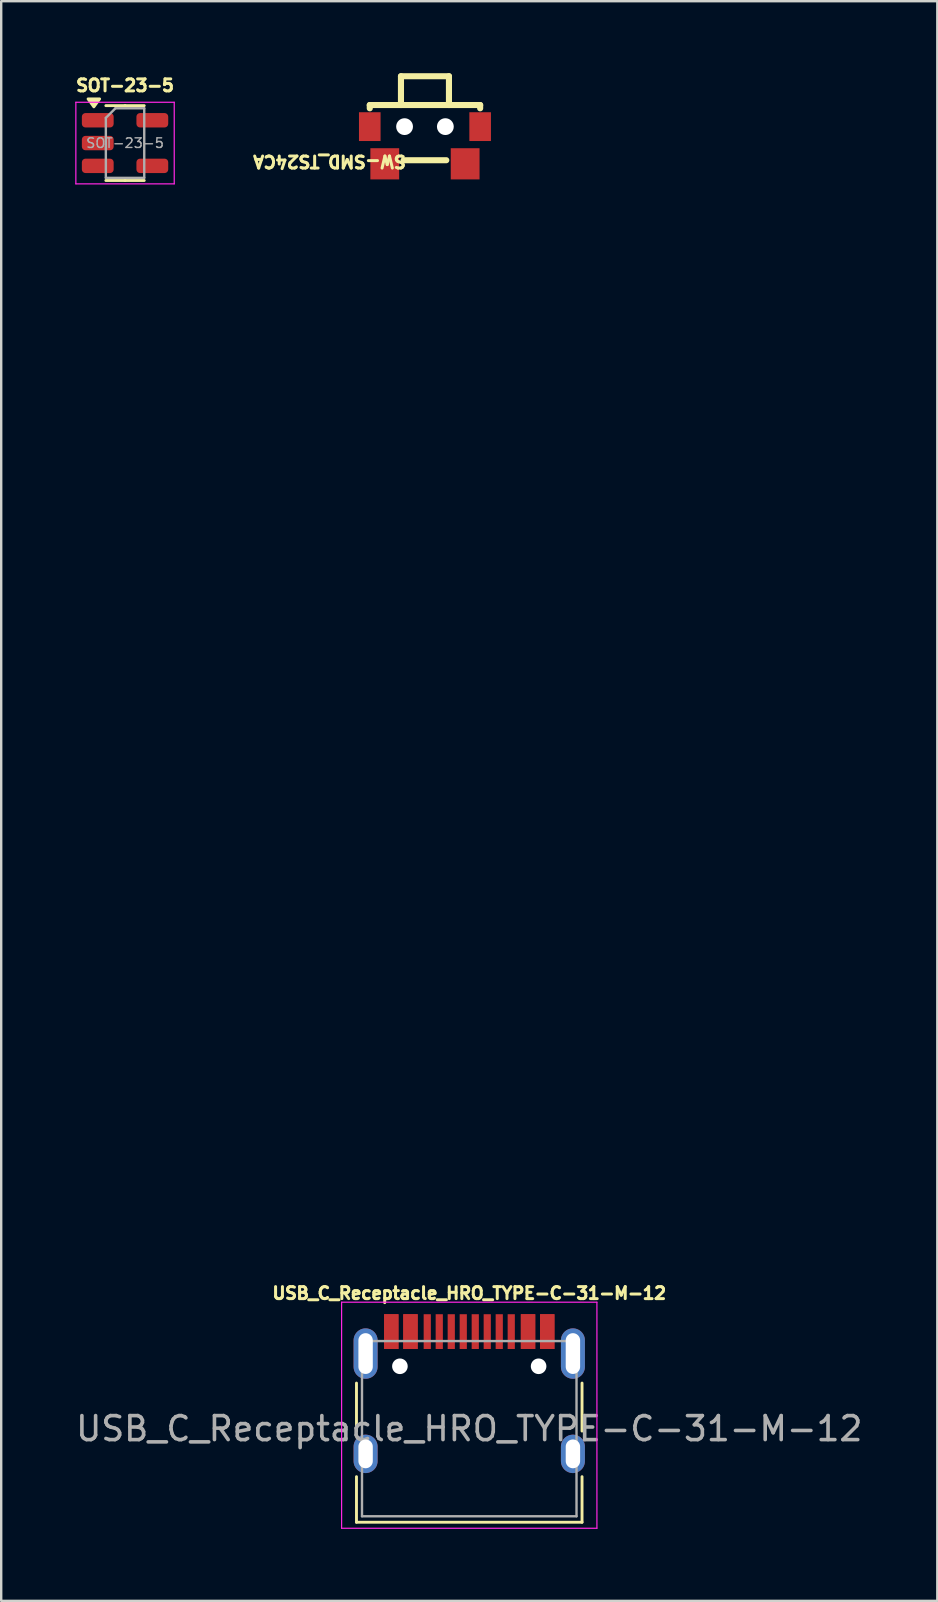
<source format=kicad_pcb>
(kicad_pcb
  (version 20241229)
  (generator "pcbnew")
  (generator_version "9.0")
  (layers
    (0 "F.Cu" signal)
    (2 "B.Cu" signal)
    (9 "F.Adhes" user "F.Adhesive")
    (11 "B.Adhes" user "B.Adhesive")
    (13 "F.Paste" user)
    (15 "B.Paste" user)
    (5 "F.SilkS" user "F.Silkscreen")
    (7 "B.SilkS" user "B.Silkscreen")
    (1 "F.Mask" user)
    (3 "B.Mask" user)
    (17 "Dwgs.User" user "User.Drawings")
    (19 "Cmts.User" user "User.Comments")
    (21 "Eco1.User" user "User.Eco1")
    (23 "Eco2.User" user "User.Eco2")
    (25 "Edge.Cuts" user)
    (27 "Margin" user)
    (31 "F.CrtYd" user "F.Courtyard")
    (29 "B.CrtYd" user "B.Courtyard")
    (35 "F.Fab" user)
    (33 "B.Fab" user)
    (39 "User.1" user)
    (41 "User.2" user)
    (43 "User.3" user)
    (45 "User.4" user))
  (footprint "SOT-23-5"
    (layer "F.Cu")
    (at 2.161 2.912)
    (property "Reference" "SOT-23-5" (at 0 -2.4 0) (layer "F.SilkS") (effects (font (size 0.5 0.5) (thickness 0.15))))
    (attr smd)
    (fp_line (start 0 -1.56) (end -0.8 -1.56) (stroke (width 0.12) (type solid)) (layer "F.SilkS"))
    (fp_line (start 0 -1.56) (end 0.8 -1.56) (stroke (width 0.12) (type solid)) (layer "F.SilkS"))
    (fp_line (start 0 1.56) (end -0.8 1.56) (stroke (width 0.12) (type solid)) (layer "F.SilkS"))
    (fp_line (start 0 1.56) (end 0.8 1.56) (stroke (width 0.12) (type solid)) (layer "F.SilkS"))
    (fp_poly (pts (xy -1.3 -1.51) (xy -1.54 -1.84) (xy -1.06 -1.84) (xy -1.3 -1.51)) (stroke (width 0.12) (type solid)) (fill yes) (layer "F.SilkS"))
    (fp_line (start -2.05 -1.7) (end -2.05 1.7) (stroke (width 0.05) (type solid)) (layer "F.CrtYd"))
    (fp_line (start -2.05 1.7) (end 2.05 1.7) (stroke (width 0.05) (type solid)) (layer "F.CrtYd"))
    (fp_line (start 2.05 -1.7) (end -2.05 -1.7) (stroke (width 0.05) (type solid)) (layer "F.CrtYd"))
    (fp_line (start 2.05 1.7) (end 2.05 -1.7) (stroke (width 0.05) (type solid)) (layer "F.CrtYd"))
    (fp_line (start -0.8 -1.05) (end -0.4 -1.45) (stroke (width 0.1) (type solid)) (layer "F.Fab"))
    (fp_line (start -0.8 1.45) (end -0.8 -1.05) (stroke (width 0.1) (type solid)) (layer "F.Fab"))
    (fp_line (start -0.4 -1.45) (end 0.8 -1.45) (stroke (width 0.1) (type solid)) (layer "F.Fab"))
    (fp_line (start 0.8 -1.45) (end 0.8 1.45) (stroke (width 0.1) (type solid)) (layer "F.Fab"))
    (fp_line (start 0.8 1.45) (end -0.8 1.45) (stroke (width 0.1) (type solid)) (layer "F.Fab"))
    (fp_text user "${REFERENCE}" (at 0 0 0) (layer "F.Fab") (effects (font (size 0.4 0.4) (thickness 0.06))))
    (pad "1" smd roundrect (at -1.137 -0.95 180) (size 1.325 0.6) (layers "F.Cu" "F.Mask" "F.Paste") (roundrect_rratio 0.25))
    (pad "2" smd roundrect (at -1.137 0 180) (size 1.325 0.6) (layers "F.Cu" "F.Mask" "F.Paste") (roundrect_rratio 0.25))
    (pad "3" smd roundrect (at -1.137 0.95 180) (size 1.325 0.6) (layers "F.Cu" "F.Mask" "F.Paste") (roundrect_rratio 0.25))
    (pad "4" smd roundrect (at 1.137 0.95 180) (size 1.325 0.6) (layers "F.Cu" "F.Mask" "F.Paste") (roundrect_rratio 0.25))
    (pad "5" smd roundrect (at 1.137 -0.95 180) (size 1.325 0.6) (layers "F.Cu" "F.Mask" "F.Paste") (roundrect_rratio 0.25)))
  (footprint "USB_C_Receptacle_HRO_TYPE-C-31-M-12"
    (layer "F.Cu")
    (at 16.506 56.489)
    (property "Reference" "USB_C_Receptacle_HRO_TYPE-C-31-M-12" (at 0 -5.645 0) (layer "F.SilkS") (effects (font (size 0.5 0.5) (thickness 0.125))))
    (attr smd)
    (fp_line (start -4.7 -1.9) (end -4.7 0.1) (stroke (width 0.12) (type solid)) (layer "F.SilkS"))
    (fp_line (start -4.7 2) (end -4.7 3.9) (stroke (width 0.12) (type solid)) (layer "F.SilkS"))
    (fp_line (start -4.7 3.9) (end 4.7 3.9) (stroke (width 0.12) (type solid)) (layer "F.SilkS"))
    (fp_line (start 4.7 -1.9) (end 4.7 0.1) (stroke (width 0.12) (type solid)) (layer "F.SilkS"))
    (fp_line (start 4.7 2) (end 4.7 3.9) (stroke (width 0.12) (type solid)) (layer "F.SilkS"))
    (fp_line (start -5.32 -5.27) (end -5.32 4.15) (stroke (width 0.05) (type solid)) (layer "F.CrtYd"))
    (fp_line (start -5.32 -5.27) (end 5.32 -5.27) (stroke (width 0.05) (type solid)) (layer "F.CrtYd"))
    (fp_line (start -5.32 4.15) (end 5.32 4.15) (stroke (width 0.05) (type solid)) (layer "F.CrtYd"))
    (fp_line (start 5.32 -5.27) (end 5.32 4.15) (stroke (width 0.05) (type solid)) (layer "F.CrtYd"))
    (fp_line (start -4.47 -3.65) (end -4.47 3.65) (stroke (width 0.1) (type solid)) (layer "F.Fab"))
    (fp_line (start -4.47 -3.65) (end 4.47 -3.65) (stroke (width 0.1) (type solid)) (layer "F.Fab"))
    (fp_line (start -4.47 3.65) (end 4.47 3.65) (stroke (width 0.1) (type solid)) (layer "F.Fab"))
    (fp_line (start 4.47 -3.65) (end 4.47 3.65) (stroke (width 0.1) (type solid)) (layer "F.Fab"))
    (fp_text user "${REFERENCE}" (at 0 0 0) (layer "F.Fab") (effects (font (size 1 1) (thickness 0.15))))
    (pad "" np_thru_hole circle (at -2.89 -2.6 180) (size 0.65 0.65) (drill 0.65) (layers "*.Cu" "*.Mask"))
    (pad "" np_thru_hole circle (at 2.89 -2.6 180) (size 0.65 0.65) (drill 0.65) (layers "*.Cu" "*.Mask"))
    (pad "A1" smd rect (at -3.25 -4.045 180) (size 0.6 1.45) (layers "F.Cu" "F.Mask" "F.Paste"))
    (pad "A4" smd rect (at -2.45 -4.045 180) (size 0.6 1.45) (layers "F.Cu" "F.Mask" "F.Paste"))
    (pad "A5" smd rect (at -1.25 -4.045 180) (size 0.3 1.45) (layers "F.Cu" "F.Mask" "F.Paste"))
    (pad "A6" smd rect (at -0.25 -4.045 180) (size 0.3 1.45) (layers "F.Cu" "F.Mask" "F.Paste"))
    (pad "A7" smd rect (at 0.25 -4.045 180) (size 0.3 1.45) (layers "F.Cu" "F.Mask" "F.Paste"))
    (pad "A8" smd rect (at 1.25 -4.045 180) (size 0.3 1.45) (layers "F.Cu" "F.Mask" "F.Paste"))
    (pad "A9" smd rect (at 2.45 -4.045 180) (size 0.6 1.45) (layers "F.Cu" "F.Mask" "F.Paste"))
    (pad "A12" smd rect (at 3.25 -4.045 180) (size 0.6 1.45) (layers "F.Cu" "F.Mask" "F.Paste"))
    (pad "B1" smd rect (at 3.25 -4.045 180) (size 0.6 1.45) (layers "F.Cu" "F.Mask" "F.Paste"))
    (pad "B4" smd rect (at 2.45 -4.045 180) (size 0.6 1.45) (layers "F.Cu" "F.Mask" "F.Paste"))
    (pad "B5" smd rect (at 1.75 -4.045 180) (size 0.3 1.45) (layers "F.Cu" "F.Mask" "F.Paste"))
    (pad "B6" smd rect (at 0.75 -4.045 180) (size 0.3 1.45) (layers "F.Cu" "F.Mask" "F.Paste"))
    (pad "B7" smd rect (at -0.75 -4.045 180) (size 0.3 1.45) (layers "F.Cu" "F.Mask" "F.Paste"))
    (pad "B8" smd rect (at -1.75 -4.045 180) (size 0.3 1.45) (layers "F.Cu" "F.Mask" "F.Paste"))
    (pad "B9" smd rect (at -2.45 -4.045 180) (size 0.6 1.45) (layers "F.Cu" "F.Mask" "F.Paste"))
    (pad "B12" smd rect (at -3.25 -4.045 180) (size 0.6 1.45) (layers "F.Cu" "F.Mask" "F.Paste"))
    (pad "S1" thru_hole oval (at -4.32 -3.13 180) (size 1 2.1) (drill oval 0.6 1.7) (layers "*.Cu" "*.Mask"))
    (pad "S1" thru_hole oval (at -4.32 1.05 180) (size 1 1.6) (drill oval 0.6 1.2) (layers "*.Cu" "*.Mask"))
    (pad "S1" thru_hole oval (at 4.32 -3.13 180) (size 1 2.1) (drill oval 0.6 1.7) (layers "*.Cu" "*.Mask"))
    (pad "S1" thru_hole oval (at 4.32 1.05 180) (size 1 1.6) (drill oval 0.6 1.2) (layers "*.Cu" "*.Mask")))
  (footprint "SW-SMD_TS24CA"
    (layer "F.Cu")
    (at 14.66 3.002)
    (property "Reference" "SW-SMD_TS24CA" (at -0.729 0.968 180) (unlocked yes) (layer "F.SilkS") (effects (font (size 0.5 0.5) (thickness 0.125)) (justify left top)))
    (fp_line (start -2.3 -1.675) (end 2.3 -1.675) (stroke (width 0.254) (type default)) (layer "F.SilkS"))
    (fp_line (start -2.3 -1.537) (end -2.3 -1.675) (stroke (width 0.254) (type default)) (layer "F.SilkS"))
    (fp_line (start -1 -2.875) (end -1 -1.675) (stroke (width 0.254) (type default)) (layer "F.SilkS"))
    (fp_line (start -1 -2.875) (end 1 -2.875) (stroke (width 0.254) (type default)) (layer "F.SilkS"))
    (fp_line (start -0.889 0.625) (end 0.889 0.625) (stroke (width 0.254) (type default)) (layer "F.SilkS"))
    (fp_line (start 1 -2.875) (end 1 -1.675) (stroke (width 0.254) (type default)) (layer "F.SilkS"))
    (fp_line (start 2.3 -1.675) (end 2.3 -1.537) (stroke (width 0.254) (type default)) (layer "F.SilkS"))
    (fp_circle (center -0.85 -0.775) (end -0.725 -0.775) (stroke (width 0.25) (type default)) (fill no) (layer "Dwgs.User"))
    (fp_circle (center 0.85 -0.775) (end 0.975 -0.775) (stroke (width 0.25) (type default)) (fill no) (layer "Dwgs.User"))
    (pad "" np_thru_hole circle (at -0.85 -0.775 180) (size 0.7 0.7) (drill 0.7) (layers "*.Cu" "*.Mask"))
    (pad "" np_thru_hole circle (at 0.85 -0.775 180) (size 0.7 0.7) (drill 0.7) (layers "*.Cu" "*.Mask"))
    (pad "1" smd rect (at -1.675 0.775) (size 1.2 1.3) (layers "F.Cu" "F.Mask" "F.Paste"))
    (pad "2" smd rect (at 1.675 0.775) (size 1.2 1.3) (layers "F.Cu" "F.Mask" "F.Paste"))
    (pad "3" smd rect (at -2.3 -0.775 180) (size 0.9 1.2) (layers "F.Cu" "F.Mask" "F.Paste"))
    (pad "3" smd rect (at 2.3 -0.775) (size 0.9 1.2) (layers "F.Cu" "F.Mask" "F.Paste"))
    (zone (net_name "") (layer "Dwgs.User") (hatch edge 0.5) (priority 100) (connect_pads yes) (min_thickness 0) (filled_areas_thickness no) (fill yes) (polygon (pts (xy 15.676 46.108) (xy 15.676 47.251) (xy 13.644 47.251) (xy 13.644 46.108))) (filled_polygon (layer "Dwgs.User") (island) (pts (xy 15.676 46.108) (xy 15.676 47.251) (xy 13.644 47.251) (xy 13.644 46.108))))
    (zone (net_name "") (layer "User.3") (hatch edge 0.5) (priority 100) (connect_pads yes) (min_thickness 0) (filled_areas_thickness no) (fill yes) (polygon (pts (xy 15.066 43.756) (xy 15.065 43.956) (xy 14.265 43.955) (xy 14.264 43.755) (xy 13.164 43.755) (xy 13.164 43.656) (xy 12.766 43.655) (xy 12.765 43.755) (xy 12.515 43.755) (xy 12.385 43.752) (xy 12.385 46.054) (xy 12.763 46.057) (xy 12.784 46.256) (xy 13.045 46.255) (xy 13.065 46.055) (xy 13.533 46.057) (xy 13.521 47.332) (xy 15.784 47.332) (xy 15.788 46.134) (xy 16.94 46.131) (xy 16.935 43.755) (xy 16.565 43.755) (xy 16.564 43.656) (xy 16.166 43.656) (xy 16.165 43.755) (xy 15.066 43.756))) (filled_polygon (layer "User.3") (island) (pts (xy 15.066 43.756) (xy 15.065 43.956) (xy 14.265 43.955) (xy 14.264 43.755) (xy 13.164 43.755) (xy 13.164 43.656) (xy 12.766 43.655) (xy 12.765 43.755) (xy 12.515 43.755) (xy 12.385 43.752) (xy 12.385 46.054) (xy 12.763 46.057) (xy 12.784 46.256) (xy 13.045 46.255) (xy 13.065 46.055) (xy 13.533 46.057) (xy 13.521 47.332) (xy 15.784 47.332) (xy 15.788 46.134) (xy 16.94 46.131) (xy 16.935 43.755) (xy 16.565 43.755) (xy 16.564 43.656) (xy 16.166 43.656) (xy 16.165 43.755) (xy 15.066 43.756))))
    (zone (net_name "") (layer "User.4") (hatch edge 0.5) (priority 100) (connect_pads yes) (min_thickness 0) (filled_areas_thickness no) (fill yes) (polygon (pts (xy 12.495 45.055) (xy 12.385 45.055) (xy 12.385 45.056) (xy 12.385 45.705) (xy 12.385 45.705) (xy 12.494 45.705) (xy 12.494 45.705) (xy 12.494 45.056) (xy 12.494 45.056))) (filled_polygon (layer "User.4") (island) (pts (xy 12.495 45.055) (xy 12.385 45.055) (xy 12.385 45.056) (xy 12.385 45.705) (xy 12.385 45.705) (xy 12.494 45.705) (xy 12.494 45.705) (xy 12.494 45.056) (xy 12.494 45.056))))
    (zone (net_name "") (layer "User.4") (hatch edge 0.5) (priority 100) (connect_pads yes) (min_thickness 0) (filled_areas_thickness no) (fill yes) (polygon (pts (xy 16.835 45.055) (xy 16.934 45.055) (xy 16.935 45.056) (xy 16.935 45.704) (xy 16.933 45.706) (xy 16.835 45.706) (xy 16.835 45.706) (xy 16.835 45.056) (xy 16.835 45.056) (xy 16.84 45.056) (xy 16.853 45.055))) (filled_polygon (layer "User.4") (island) (pts (xy 16.835 45.055) (xy 16.934 45.055) (xy 16.935 45.056) (xy 16.935 45.704) (xy 16.933 45.706) (xy 16.835 45.706) (xy 16.835 45.706) (xy 16.835 45.056) (xy 16.835 45.056) (xy 16.84 45.056) (xy 16.853 45.055))))
    (zone (net_name "") (layer "User.4") (hatch edge 0.5) (priority 100) (connect_pads yes) (min_thickness 0) (filled_areas_thickness no) (fill yes) (polygon (pts (xy 16.815 44.205) (xy 16.815 43.755) (xy 16.565 43.755) (xy 16.564 43.755) (xy 16.564 43.656) (xy 16.565 43.655) (xy 16.165 43.655) (xy 16.165 43.656) (xy 16.165 43.755) (xy 16.165 43.755) (xy 15.736 43.755) (xy 15.735 43.756) (xy 15.735 44.205) (xy 15.736 44.205) (xy 16.814 44.205) (xy 16.814 44.205) (xy 16.814 44.198) (xy 16.814 44.204))) (filled_polygon (layer "User.4") (island) (pts (xy 16.815 44.205) (xy 16.815 43.755) (xy 16.565 43.755) (xy 16.564 43.755) (xy 16.564 43.656) (xy 16.565 43.655) (xy 16.165 43.655) (xy 16.165 43.656) (xy 16.165 43.755) (xy 16.165 43.755) (xy 15.736 43.755) (xy 15.735 43.756) (xy 15.735 44.205) (xy 15.736 44.205) (xy 16.814 44.205) (xy 16.814 44.205) (xy 16.814 44.198) (xy 16.814 44.204))))
    (zone (net_name "") (layer "User.4") (hatch edge 0.5) (priority 100) (connect_pads yes) (min_thickness 0) (filled_areas_thickness no) (fill yes) (polygon (pts (xy 12.513 44.206) (xy 12.513 43.757) (xy 12.763 43.757) (xy 12.764 43.757) (xy 12.764 43.657) (xy 12.763 43.657) (xy 13.163 43.657) (xy 13.163 43.657) (xy 13.163 43.757) (xy 13.163 43.757) (xy 13.585 43.755) (xy 13.585 43.754) (xy 13.585 43.868) (xy 13.584 43.981) (xy 13.584 44.203) (xy 13.584 44.205) (xy 12.514 44.207) (xy 12.514 44.199) (xy 12.514 44.206))) (filled_polygon (layer "User.4") (island) (pts (xy 12.513 44.206) (xy 12.513 43.757) (xy 12.763 43.757) (xy 12.764 43.757) (xy 12.764 43.657) (xy 12.763 43.657) (xy 13.163 43.657) (xy 13.163 43.657) (xy 13.163 43.757) (xy 13.163 43.757) (xy 13.585 43.755) (xy 13.585 43.754) (xy 13.585 43.868) (xy 13.584 43.981) (xy 13.584 44.203) (xy 13.584 44.205) (xy 12.514 44.207) (xy 12.514 44.199) (xy 12.514 44.206)))))
  (gr_rect
    (start -3 -3)
    (end 36.012 63.664)
    (stroke (width 0.1) (type default))
    (fill no)
    (layer "Edge.Cuts")))
</source>
